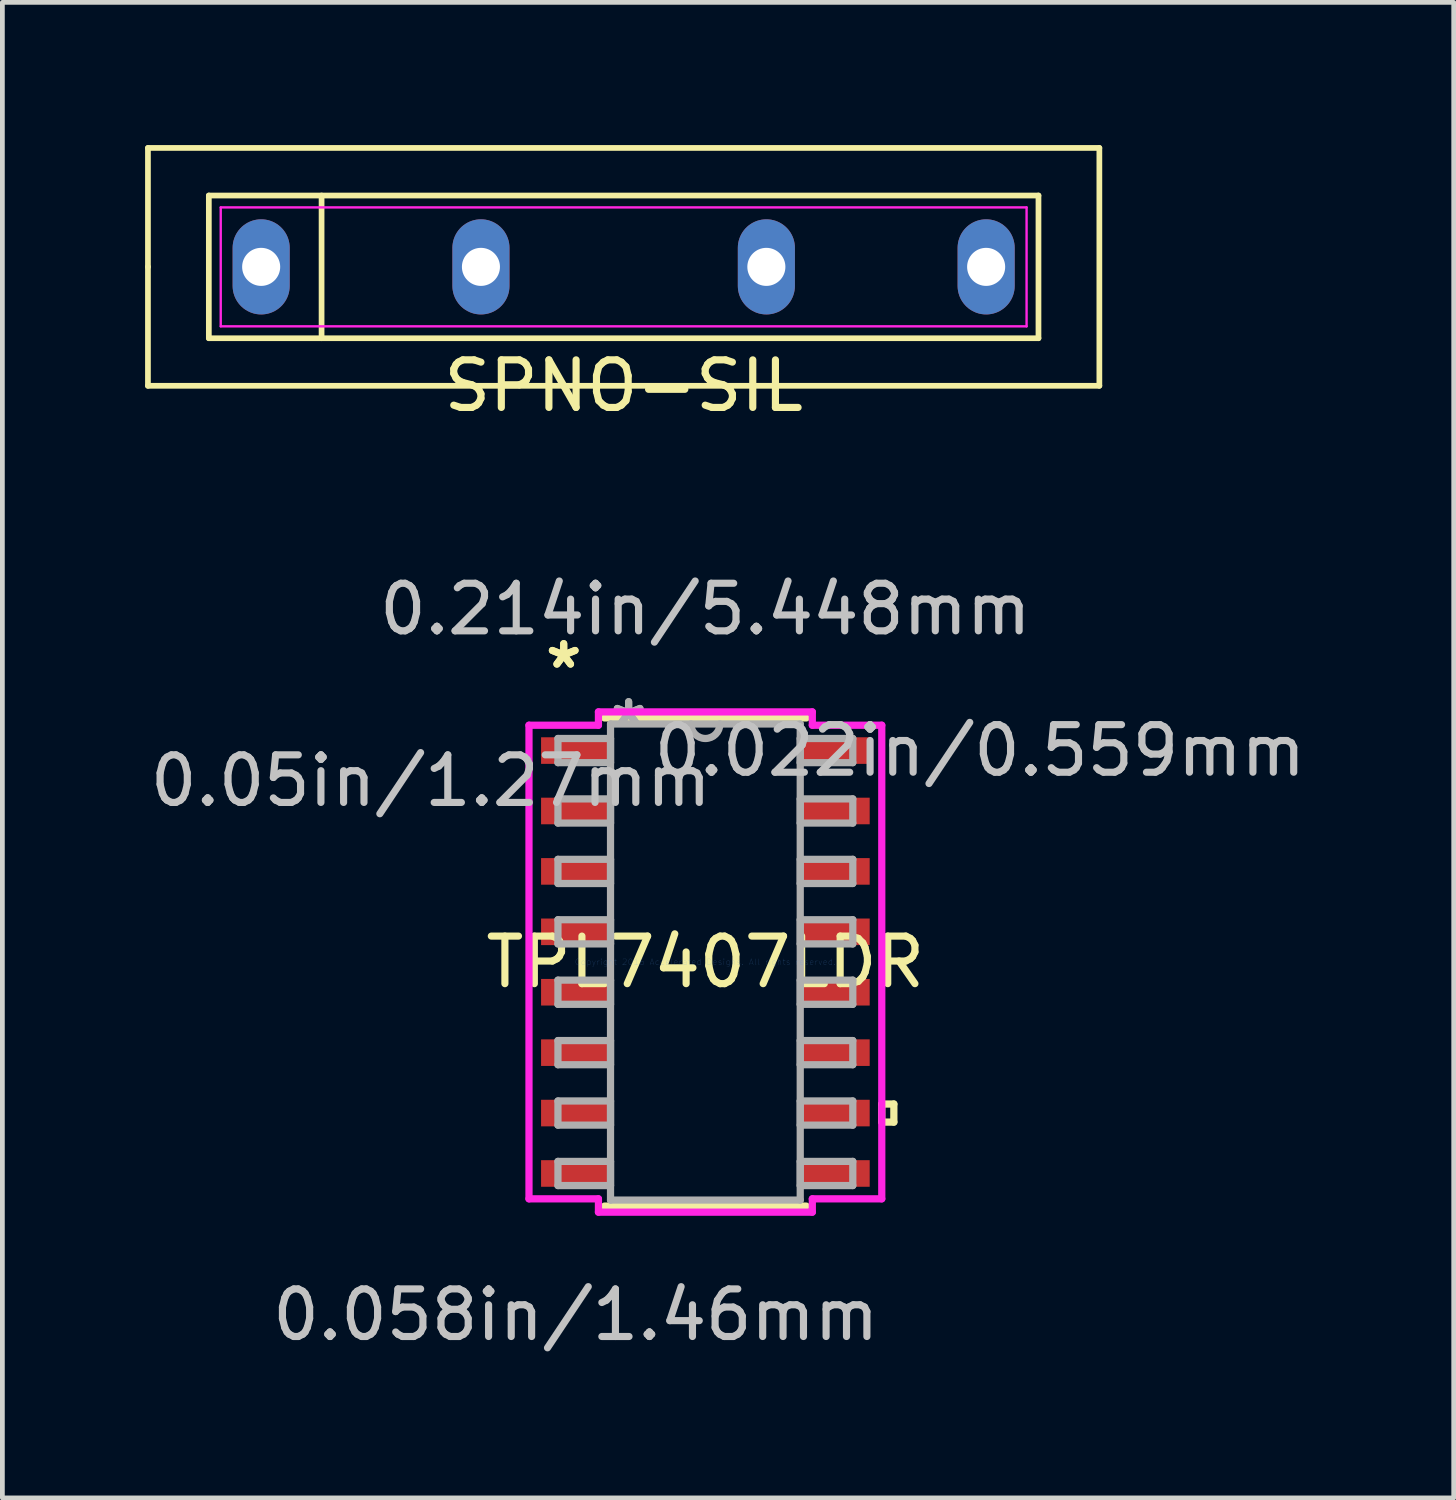
<source format=kicad_pcb>
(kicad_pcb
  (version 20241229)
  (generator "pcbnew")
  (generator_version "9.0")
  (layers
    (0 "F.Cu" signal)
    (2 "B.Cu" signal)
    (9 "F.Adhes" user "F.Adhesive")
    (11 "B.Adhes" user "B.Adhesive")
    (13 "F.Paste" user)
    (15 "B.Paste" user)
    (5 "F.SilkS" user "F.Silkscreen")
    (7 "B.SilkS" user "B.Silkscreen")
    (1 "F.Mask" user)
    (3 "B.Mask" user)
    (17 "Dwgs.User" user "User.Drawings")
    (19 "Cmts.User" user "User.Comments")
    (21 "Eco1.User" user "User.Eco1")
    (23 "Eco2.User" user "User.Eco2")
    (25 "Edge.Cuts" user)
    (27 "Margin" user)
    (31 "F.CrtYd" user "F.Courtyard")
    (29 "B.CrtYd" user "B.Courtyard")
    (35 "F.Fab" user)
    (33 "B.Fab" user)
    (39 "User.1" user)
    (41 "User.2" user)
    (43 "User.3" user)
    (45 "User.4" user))
  (footprint "TPL7407LDR"
    (layer "F.Cu")
    (at 11.778 17.173)
    (property "Reference" "TPL7407LDR" (at 0 0 0) (layer "F.SilkS") (effects (font (size 1 1) (thickness 0.15))))
    (attr through_hole)
    (fp_line (start -2.121 5.131) (end 2.121 5.131) (stroke (width 0.152) (type solid)) (layer "F.SilkS"))
    (fp_line (start 2.121 -5.131) (end -2.121 -5.131) (stroke (width 0.152) (type solid)) (layer "F.SilkS"))
    (fp_line (start 3.708 2.985) (end 3.962 2.985) (stroke (width 0.152) (type solid)) (layer "F.SilkS"))
    (fp_line (start 3.708 3.365) (end 3.708 2.985) (stroke (width 0.152) (type solid)) (layer "F.SilkS"))
    (fp_line (start 3.962 2.985) (end 3.962 3.365) (stroke (width 0.152) (type solid)) (layer "F.SilkS"))
    (fp_line (start 3.962 3.365) (end 3.708 3.365) (stroke (width 0.152) (type solid)) (layer "F.SilkS"))
    (fp_line (start -3.708 -4.978) (end -2.248 -4.978) (stroke (width 0.152) (type solid)) (layer "F.CrtYd"))
    (fp_line (start -3.708 4.978) (end -3.708 -4.978) (stroke (width 0.152) (type solid)) (layer "F.CrtYd"))
    (fp_line (start -2.248 -5.258) (end 2.248 -5.258) (stroke (width 0.152) (type solid)) (layer "F.CrtYd"))
    (fp_line (start -2.248 -4.978) (end -2.248 -5.258) (stroke (width 0.152) (type solid)) (layer "F.CrtYd"))
    (fp_line (start -2.248 4.978) (end -3.708 4.978) (stroke (width 0.152) (type solid)) (layer "F.CrtYd"))
    (fp_line (start -2.248 5.258) (end -2.248 4.978) (stroke (width 0.152) (type solid)) (layer "F.CrtYd"))
    (fp_line (start 2.248 -5.258) (end 2.248 -4.978) (stroke (width 0.152) (type solid)) (layer "F.CrtYd"))
    (fp_line (start 2.248 -4.978) (end 3.708 -4.978) (stroke (width 0.152) (type solid)) (layer "F.CrtYd"))
    (fp_line (start 2.248 4.978) (end 2.248 5.258) (stroke (width 0.152) (type solid)) (layer "F.CrtYd"))
    (fp_line (start 2.248 5.258) (end -2.248 5.258) (stroke (width 0.152) (type solid)) (layer "F.CrtYd"))
    (fp_line (start 3.708 -4.978) (end 3.708 4.978) (stroke (width 0.152) (type solid)) (layer "F.CrtYd"))
    (fp_line (start 3.708 4.978) (end 2.248 4.978) (stroke (width 0.152) (type solid)) (layer "F.CrtYd"))
    (fp_line (start -3.099 -4.699) (end -3.099 -4.191) (stroke (width 0.152) (type solid)) (layer "F.Fab"))
    (fp_line (start -3.099 -4.191) (end -1.994 -4.191) (stroke (width 0.152) (type solid)) (layer "F.Fab"))
    (fp_line (start -3.099 -3.429) (end -3.099 -2.921) (stroke (width 0.152) (type solid)) (layer "F.Fab"))
    (fp_line (start -3.099 -2.921) (end -1.994 -2.921) (stroke (width 0.152) (type solid)) (layer "F.Fab"))
    (fp_line (start -3.099 -2.159) (end -3.099 -1.651) (stroke (width 0.152) (type solid)) (layer "F.Fab"))
    (fp_line (start -3.099 -1.651) (end -1.994 -1.651) (stroke (width 0.152) (type solid)) (layer "F.Fab"))
    (fp_line (start -3.099 -0.889) (end -3.099 -0.381) (stroke (width 0.152) (type solid)) (layer "F.Fab"))
    (fp_line (start -3.099 -0.381) (end -1.994 -0.381) (stroke (width 0.152) (type solid)) (layer "F.Fab"))
    (fp_line (start -3.099 0.381) (end -3.099 0.889) (stroke (width 0.152) (type solid)) (layer "F.Fab"))
    (fp_line (start -3.099 0.889) (end -1.994 0.889) (stroke (width 0.152) (type solid)) (layer "F.Fab"))
    (fp_line (start -3.099 1.651) (end -3.099 2.159) (stroke (width 0.152) (type solid)) (layer "F.Fab"))
    (fp_line (start -3.099 2.159) (end -1.994 2.159) (stroke (width 0.152) (type solid)) (layer "F.Fab"))
    (fp_line (start -3.099 2.921) (end -3.099 3.429) (stroke (width 0.152) (type solid)) (layer "F.Fab"))
    (fp_line (start -3.099 3.429) (end -1.994 3.429) (stroke (width 0.152) (type solid)) (layer "F.Fab"))
    (fp_line (start -3.099 4.191) (end -3.099 4.699) (stroke (width 0.152) (type solid)) (layer "F.Fab"))
    (fp_line (start -3.099 4.699) (end -1.994 4.699) (stroke (width 0.152) (type solid)) (layer "F.Fab"))
    (fp_line (start -1.994 -5.004) (end -1.994 5.004) (stroke (width 0.152) (type solid)) (layer "F.Fab"))
    (fp_line (start -1.994 -4.699) (end -3.099 -4.699) (stroke (width 0.152) (type solid)) (layer "F.Fab"))
    (fp_line (start -1.994 -4.191) (end -1.994 -4.699) (stroke (width 0.152) (type solid)) (layer "F.Fab"))
    (fp_line (start -1.994 -3.429) (end -3.099 -3.429) (stroke (width 0.152) (type solid)) (layer "F.Fab"))
    (fp_line (start -1.994 -2.921) (end -1.994 -3.429) (stroke (width 0.152) (type solid)) (layer "F.Fab"))
    (fp_line (start -1.994 -2.159) (end -3.099 -2.159) (stroke (width 0.152) (type solid)) (layer "F.Fab"))
    (fp_line (start -1.994 -1.651) (end -1.994 -2.159) (stroke (width 0.152) (type solid)) (layer "F.Fab"))
    (fp_line (start -1.994 -0.889) (end -3.099 -0.889) (stroke (width 0.152) (type solid)) (layer "F.Fab"))
    (fp_line (start -1.994 -0.381) (end -1.994 -0.889) (stroke (width 0.152) (type solid)) (layer "F.Fab"))
    (fp_line (start -1.994 0.381) (end -3.099 0.381) (stroke (width 0.152) (type solid)) (layer "F.Fab"))
    (fp_line (start -1.994 0.889) (end -1.994 0.381) (stroke (width 0.152) (type solid)) (layer "F.Fab"))
    (fp_line (start -1.994 1.651) (end -3.099 1.651) (stroke (width 0.152) (type solid)) (layer "F.Fab"))
    (fp_line (start -1.994 2.159) (end -1.994 1.651) (stroke (width 0.152) (type solid)) (layer "F.Fab"))
    (fp_line (start -1.994 2.921) (end -3.099 2.921) (stroke (width 0.152) (type solid)) (layer "F.Fab"))
    (fp_line (start -1.994 3.429) (end -1.994 2.921) (stroke (width 0.152) (type solid)) (layer "F.Fab"))
    (fp_line (start -1.994 4.191) (end -3.099 4.191) (stroke (width 0.152) (type solid)) (layer "F.Fab"))
    (fp_line (start -1.994 4.699) (end -1.994 4.191) (stroke (width 0.152) (type solid)) (layer "F.Fab"))
    (fp_line (start -1.994 5.004) (end 1.994 5.004) (stroke (width 0.152) (type solid)) (layer "F.Fab"))
    (fp_line (start 1.994 -5.004) (end -1.994 -5.004) (stroke (width 0.152) (type solid)) (layer "F.Fab"))
    (fp_line (start 1.994 -4.699) (end 1.994 -4.191) (stroke (width 0.152) (type solid)) (layer "F.Fab"))
    (fp_line (start 1.994 -4.191) (end 3.099 -4.191) (stroke (width 0.152) (type solid)) (layer "F.Fab"))
    (fp_line (start 1.994 -3.429) (end 1.994 -2.921) (stroke (width 0.152) (type solid)) (layer "F.Fab"))
    (fp_line (start 1.994 -2.921) (end 3.099 -2.921) (stroke (width 0.152) (type solid)) (layer "F.Fab"))
    (fp_line (start 1.994 -2.159) (end 1.994 -1.651) (stroke (width 0.152) (type solid)) (layer "F.Fab"))
    (fp_line (start 1.994 -1.651) (end 3.099 -1.651) (stroke (width 0.152) (type solid)) (layer "F.Fab"))
    (fp_line (start 1.994 -0.889) (end 1.994 -0.381) (stroke (width 0.152) (type solid)) (layer "F.Fab"))
    (fp_line (start 1.994 -0.381) (end 3.099 -0.381) (stroke (width 0.152) (type solid)) (layer "F.Fab"))
    (fp_line (start 1.994 0.381) (end 1.994 0.889) (stroke (width 0.152) (type solid)) (layer "F.Fab"))
    (fp_line (start 1.994 0.889) (end 3.099 0.889) (stroke (width 0.152) (type solid)) (layer "F.Fab"))
    (fp_line (start 1.994 1.651) (end 1.994 2.159) (stroke (width 0.152) (type solid)) (layer "F.Fab"))
    (fp_line (start 1.994 2.159) (end 3.099 2.159) (stroke (width 0.152) (type solid)) (layer "F.Fab"))
    (fp_line (start 1.994 2.921) (end 1.994 3.429) (stroke (width 0.152) (type solid)) (layer "F.Fab"))
    (fp_line (start 1.994 3.429) (end 3.099 3.429) (stroke (width 0.152) (type solid)) (layer "F.Fab"))
    (fp_line (start 1.994 4.191) (end 1.994 4.699) (stroke (width 0.152) (type solid)) (layer "F.Fab"))
    (fp_line (start 1.994 4.699) (end 3.099 4.699) (stroke (width 0.152) (type solid)) (layer "F.Fab"))
    (fp_line (start 1.994 5.004) (end 1.994 -5.004) (stroke (width 0.152) (type solid)) (layer "F.Fab"))
    (fp_line (start 3.099 -4.699) (end 1.994 -4.699) (stroke (width 0.152) (type solid)) (layer "F.Fab"))
    (fp_line (start 3.099 -4.191) (end 3.099 -4.699) (stroke (width 0.152) (type solid)) (layer "F.Fab"))
    (fp_line (start 3.099 -3.429) (end 1.994 -3.429) (stroke (width 0.152) (type solid)) (layer "F.Fab"))
    (fp_line (start 3.099 -2.921) (end 3.099 -3.429) (stroke (width 0.152) (type solid)) (layer "F.Fab"))
    (fp_line (start 3.099 -2.159) (end 1.994 -2.159) (stroke (width 0.152) (type solid)) (layer "F.Fab"))
    (fp_line (start 3.099 -1.651) (end 3.099 -2.159) (stroke (width 0.152) (type solid)) (layer "F.Fab"))
    (fp_line (start 3.099 -0.889) (end 1.994 -0.889) (stroke (width 0.152) (type solid)) (layer "F.Fab"))
    (fp_line (start 3.099 -0.381) (end 3.099 -0.889) (stroke (width 0.152) (type solid)) (layer "F.Fab"))
    (fp_line (start 3.099 0.381) (end 1.994 0.381) (stroke (width 0.152) (type solid)) (layer "F.Fab"))
    (fp_line (start 3.099 0.889) (end 3.099 0.381) (stroke (width 0.152) (type solid)) (layer "F.Fab"))
    (fp_line (start 3.099 1.651) (end 1.994 1.651) (stroke (width 0.152) (type solid)) (layer "F.Fab"))
    (fp_line (start 3.099 2.159) (end 3.099 1.651) (stroke (width 0.152) (type solid)) (layer "F.Fab"))
    (fp_line (start 3.099 2.921) (end 1.994 2.921) (stroke (width 0.152) (type solid)) (layer "F.Fab"))
    (fp_line (start 3.099 3.429) (end 3.099 2.921) (stroke (width 0.152) (type solid)) (layer "F.Fab"))
    (fp_line (start 3.099 4.191) (end 1.994 4.191) (stroke (width 0.152) (type solid)) (layer "F.Fab"))
    (fp_line (start 3.099 4.699) (end 3.099 4.191) (stroke (width 0.152) (type solid)) (layer "F.Fab"))
    (fp_arc (start 0.3048 -5.0038) (mid 0 -4.699) (end -0.3048 -5.0038) (stroke (width 0.1524) (type solid)) (layer "F.Fab"))
    (fp_text user "*" (at -2.978 -6.147 0) (layer "F.SilkS") (effects (font (size 1 1) (thickness 0.15))))
    (fp_text user "*" (at -2.978 -6.147 0) (layer "F.SilkS") (effects (font (size 1 1) (thickness 0.15))))
    (fp_text user "0.022in/0.559mm" (at 5.772 -4.445 0) (layer "Dwgs.User") (effects (font (size 1 1) (thickness 0.15))))
    (fp_text user "0.214in/5.448mm" (at 0 -7.417 0) (layer "Dwgs.User") (effects (font (size 1 1) (thickness 0.15))))
    (fp_text user "0.05in/1.27mm" (at -5.772 -3.81 0) (layer "Dwgs.User") (effects (font (size 1 1) (thickness 0.15))))
    (fp_text user "0.058in/1.46mm" (at -2.724 7.417 0) (layer "Dwgs.User") (effects (font (size 1 1) (thickness 0.15))))
    (fp_text user "Copyright 2016 Accelerated Designs. All rights reserved." (at 0 0 0) (layer "Cmts.User") (effects (font (size 0.127 0.127) (thickness 0.002))))
    (fp_text user "*" (at -1.613 -4.928 0) (layer "F.Fab") (effects (font (size 1 1) (thickness 0.15))))
    (fp_text user "*" (at -1.613 -4.928 0) (layer "F.Fab") (effects (font (size 1 1) (thickness 0.15))))
    (pad "1" smd rect (at -2.724 -4.445) (size 1.46 0.559) (layers "F.Cu" "F.Mask" "F.Paste"))
    (pad "2" smd rect (at -2.724 -3.175) (size 1.46 0.559) (layers "F.Cu" "F.Mask" "F.Paste"))
    (pad "3" smd rect (at -2.724 -1.905) (size 1.46 0.559) (layers "F.Cu" "F.Mask" "F.Paste"))
    (pad "4" smd rect (at -2.724 -0.635) (size 1.46 0.559) (layers "F.Cu" "F.Mask" "F.Paste"))
    (pad "5" smd rect (at -2.724 0.635) (size 1.46 0.559) (layers "F.Cu" "F.Mask" "F.Paste"))
    (pad "6" smd rect (at -2.724 1.905) (size 1.46 0.559) (layers "F.Cu" "F.Mask" "F.Paste"))
    (pad "7" smd rect (at -2.724 3.175) (size 1.46 0.559) (layers "F.Cu" "F.Mask" "F.Paste"))
    (pad "8" smd rect (at -2.724 4.445) (size 1.46 0.559) (layers "F.Cu" "F.Mask" "F.Paste"))
    (pad "9" smd rect (at 2.724 4.445) (size 1.46 0.559) (layers "F.Cu" "F.Mask" "F.Paste"))
    (pad "10" smd rect (at 2.724 3.175) (size 1.46 0.559) (layers "F.Cu" "F.Mask" "F.Paste"))
    (pad "11" smd rect (at 2.724 1.905) (size 1.46 0.559) (layers "F.Cu" "F.Mask" "F.Paste"))
    (pad "12" smd rect (at 2.724 0.635) (size 1.46 0.559) (layers "F.Cu" "F.Mask" "F.Paste"))
    (pad "13" smd rect (at 2.724 -0.635) (size 1.46 0.559) (layers "F.Cu" "F.Mask" "F.Paste"))
    (pad "14" smd rect (at 2.724 -1.905) (size 1.46 0.559) (layers "F.Cu" "F.Mask" "F.Paste"))
    (pad "15" smd rect (at 2.724 -3.175) (size 1.46 0.559) (layers "F.Cu" "F.Mask" "F.Paste"))
    (pad "16" smd rect (at 2.724 -4.445) (size 1.46 0.559) (layers "F.Cu" "F.Mask" "F.Paste")))
  (footprint "SPNO-SIL"
    (layer "F.Cu")
    (at 10.06 2.56)
    (property "Reference" "SPNO-SIL" (at 0 2.5 0) (layer "F.SilkS") (effects (font (size 1 1) (thickness 0.15))))
    (attr through_hole)
    (fp_line (start -10 -2.5) (end 10 -2.5) (stroke (width 0.12) (type solid)) (layer "F.SilkS"))
    (fp_line (start -10 0) (end -10 -2.5) (stroke (width 0.12) (type solid)) (layer "F.SilkS"))
    (fp_line (start -10 2.5) (end -10 0) (stroke (width 0.12) (type solid)) (layer "F.SilkS"))
    (fp_line (start -8.72 -1.5) (end 8.72 -1.5) (stroke (width 0.12) (type solid)) (layer "F.SilkS"))
    (fp_line (start -8.72 1.5) (end -8.72 -1.5) (stroke (width 0.12) (type solid)) (layer "F.SilkS"))
    (fp_line (start -6.35 -1.5) (end -6.35 1.5) (stroke (width 0.12) (type solid)) (layer "F.SilkS"))
    (fp_line (start 8.72 -1.5) (end 8.72 1.5) (stroke (width 0.12) (type solid)) (layer "F.SilkS"))
    (fp_line (start 8.72 1.5) (end -8.72 1.5) (stroke (width 0.12) (type solid)) (layer "F.SilkS"))
    (fp_line (start 10 -2.5) (end 10 2.5) (stroke (width 0.12) (type solid)) (layer "F.SilkS"))
    (fp_line (start 10 2.5) (end -10 2.5) (stroke (width 0.12) (type solid)) (layer "F.SilkS"))
    (fp_line (start -8.47 -1.25) (end 8.47 -1.25) (stroke (width 0.05) (type solid)) (layer "F.CrtYd"))
    (fp_line (start -8.47 1.25) (end -8.47 -1.25) (stroke (width 0.05) (type solid)) (layer "F.CrtYd"))
    (fp_line (start 8.47 -1.25) (end 8.47 1.25) (stroke (width 0.05) (type solid)) (layer "F.CrtYd"))
    (fp_line (start 8.47 1.25) (end -8.47 1.25) (stroke (width 0.05) (type solid)) (layer "F.CrtYd"))
    (pad "1" thru_hole oval (at -7.62 0) (size 1.2 2) (drill 0.8) (layers "*.Cu" "*.Mask"))
    (pad "3" thru_hole oval (at -3 0) (size 1.2 2) (drill 0.8) (layers "*.Cu" "*.Mask"))
    (pad "5" thru_hole oval (at 3 0) (size 1.2 2) (drill 0.8) (layers "*.Cu" "*.Mask"))
    (pad "7" thru_hole oval (at 7.62 0) (size 1.2 2) (drill 0.8) (layers "*.Cu" "*.Mask")))
  (gr_rect
    (start -3 -3)
    (end 27.509 28.438)
    (stroke (width 0.1) (type default))
    (fill no)
    (layer "Edge.Cuts")))
</source>
